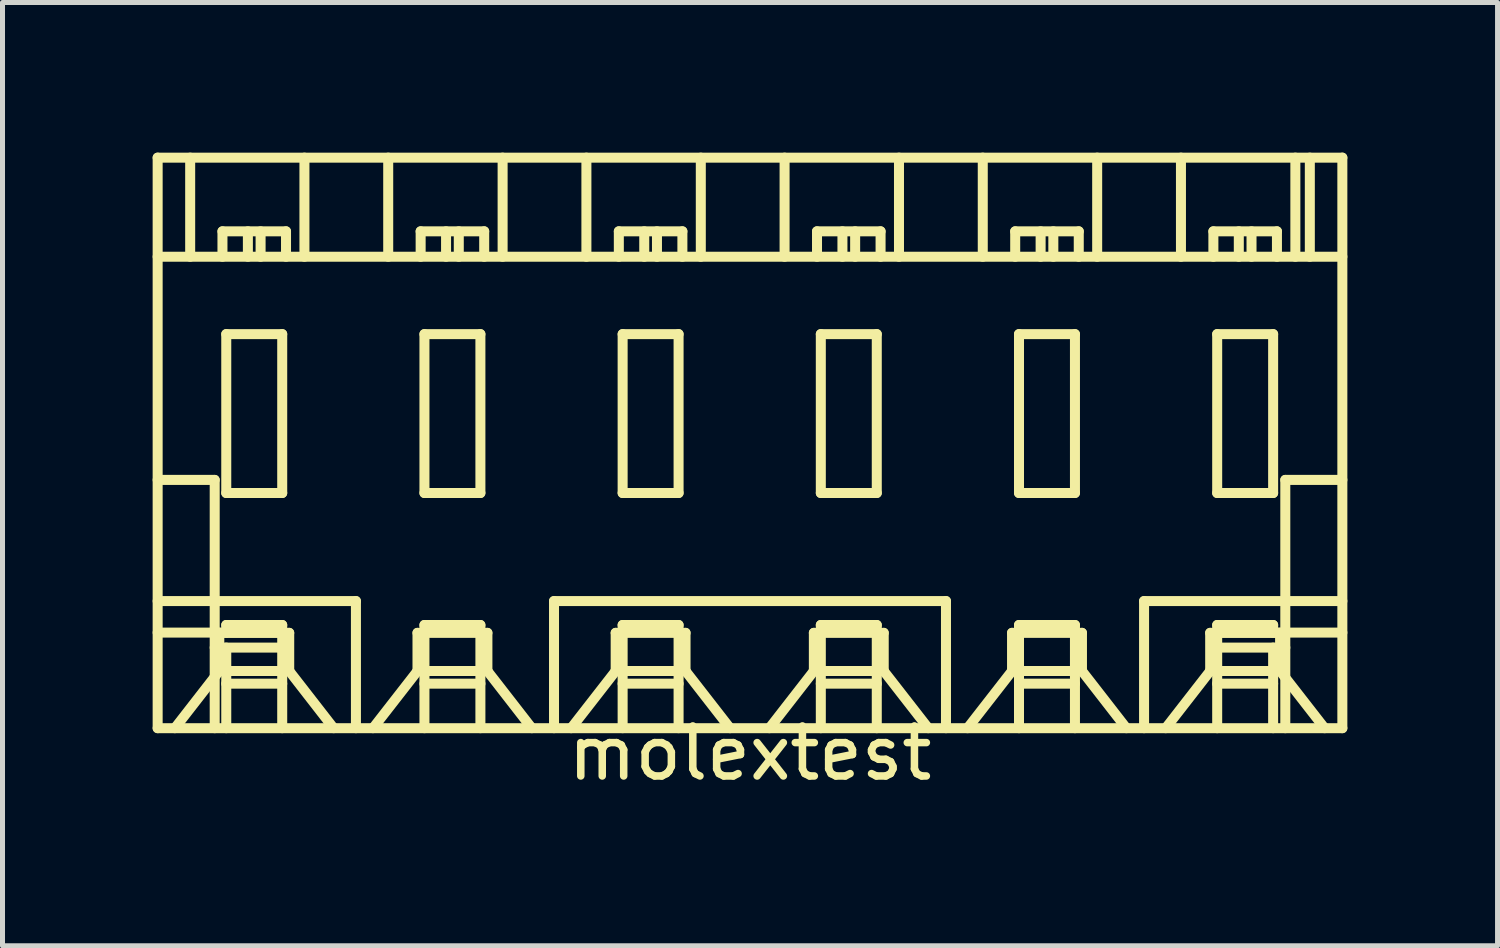
<source format=kicad_pcb>
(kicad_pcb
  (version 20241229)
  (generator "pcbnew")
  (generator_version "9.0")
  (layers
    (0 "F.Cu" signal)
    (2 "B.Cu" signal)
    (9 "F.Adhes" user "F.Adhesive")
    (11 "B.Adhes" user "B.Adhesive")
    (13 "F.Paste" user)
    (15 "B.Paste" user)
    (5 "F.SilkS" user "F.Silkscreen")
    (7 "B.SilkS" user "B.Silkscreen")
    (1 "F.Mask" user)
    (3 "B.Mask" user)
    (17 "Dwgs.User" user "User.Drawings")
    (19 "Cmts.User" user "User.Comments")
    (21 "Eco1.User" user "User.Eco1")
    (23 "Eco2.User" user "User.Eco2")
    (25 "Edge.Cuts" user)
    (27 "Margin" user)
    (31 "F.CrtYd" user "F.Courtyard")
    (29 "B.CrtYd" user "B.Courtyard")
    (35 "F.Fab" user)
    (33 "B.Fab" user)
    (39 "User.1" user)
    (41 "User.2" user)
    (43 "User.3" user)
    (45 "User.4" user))
  (footprint "molextest"
    (layer "F.Cu")
    (at 11.936 11.5)
    (property "Reference" "molextest" (at 0 0.5 0) (layer "F.SilkS") (effects (font (size 1 1) (thickness 0.15))))
    (attr through_hole)
    (fp_line (start -11.836 -11.4) (end 11.836 -11.4) (stroke (width 0.2) (type solid)) (layer "F.SilkS"))
    (fp_line (start -11.836 -9.42) (end 11.836 -9.42) (stroke (width 0.2) (type solid)) (layer "F.SilkS"))
    (fp_line (start -11.836 -4.961) (end -10.696 -4.961) (stroke (width 0.2) (type solid)) (layer "F.SilkS"))
    (fp_line (start -11.836 0) (end -11.836 -11.4) (stroke (width 0.2) (type solid)) (layer "F.SilkS"))
    (fp_line (start -11.186 -11.4) (end -11.186 -9.42) (stroke (width 0.2) (type solid)) (layer "F.SilkS"))
    (fp_line (start -10.696 -1.61) (end -9.347 -1.61) (stroke (width 0.2) (type solid)) (layer "F.SilkS"))
    (fp_line (start -10.696 0) (end -10.696 -4.961) (stroke (width 0.2) (type solid)) (layer "F.SilkS"))
    (fp_line (start -10.604 -1.905) (end -10.604 -1.143) (stroke (width 0.2) (type solid)) (layer "F.SilkS"))
    (fp_line (start -10.604 -1.143) (end -11.493 0) (stroke (width 0.2) (type solid)) (layer "F.SilkS"))
    (fp_line (start -10.541 -9.928) (end -10.541 -9.42) (stroke (width 0.2) (type solid)) (layer "F.SilkS"))
    (fp_line (start -10.541 -9.928) (end -9.271 -9.928) (stroke (width 0.2) (type solid)) (layer "F.SilkS"))
    (fp_line (start -10.465 -7.874) (end -9.347 -7.874) (stroke (width 0.2) (type solid)) (layer "F.SilkS"))
    (fp_line (start -10.465 -4.699) (end -10.465 -7.874) (stroke (width 0.2) (type solid)) (layer "F.SilkS"))
    (fp_line (start -10.465 -2.062) (end -10.465 -1.91) (stroke (width 0.2) (type solid)) (layer "F.SilkS"))
    (fp_line (start -10.465 -2.062) (end -9.347 -2.062) (stroke (width 0.2) (type solid)) (layer "F.SilkS"))
    (fp_line (start -10.465 -1.61) (end -10.465 0) (stroke (width 0.2) (type solid)) (layer "F.SilkS"))
    (fp_line (start -10.033 -9.42) (end -10.033 -9.928) (stroke (width 0.2) (type solid)) (layer "F.SilkS"))
    (fp_line (start -9.779 -9.42) (end -9.779 -9.928) (stroke (width 0.2) (type solid)) (layer "F.SilkS"))
    (fp_line (start -9.347 -7.874) (end -9.347 -4.699) (stroke (width 0.2) (type solid)) (layer "F.SilkS"))
    (fp_line (start -9.347 -4.699) (end -10.465 -4.699) (stroke (width 0.2) (type solid)) (layer "F.SilkS"))
    (fp_line (start -9.347 -2.062) (end -9.347 0) (stroke (width 0.2) (type solid)) (layer "F.SilkS"))
    (fp_line (start -9.347 -1.91) (end -11.836 -1.91) (stroke (width 0.2) (type solid)) (layer "F.SilkS"))
    (fp_line (start -9.347 -0.889) (end -10.465 -0.889) (stroke (width 0.2) (type solid)) (layer "F.SilkS"))
    (fp_line (start -9.271 -9.928) (end -9.271 -9.42) (stroke (width 0.2) (type solid)) (layer "F.SilkS"))
    (fp_line (start -9.207 -1.905) (end -10.604 -1.905) (stroke (width 0.2) (type solid)) (layer "F.SilkS"))
    (fp_line (start -9.207 -1.905) (end -9.207 -1.143) (stroke (width 0.2) (type solid)) (layer "F.SilkS"))
    (fp_line (start -9.207 -1.143) (end -10.604 -1.143) (stroke (width 0.2) (type solid)) (layer "F.SilkS"))
    (fp_line (start -9.207 -1.143) (end -8.319 0) (stroke (width 0.2) (type solid)) (layer "F.SilkS"))
    (fp_line (start -8.903 -11.4) (end -8.903 -9.42) (stroke (width 0.2) (type solid)) (layer "F.SilkS"))
    (fp_line (start -7.874 -2.54) (end -11.836 -2.54) (stroke (width 0.2) (type solid)) (layer "F.SilkS"))
    (fp_line (start -7.874 0) (end -7.874 -2.54) (stroke (width 0.2) (type solid)) (layer "F.SilkS"))
    (fp_line (start -7.229 -9.42) (end -7.229 -11.4) (stroke (width 0.2) (type solid)) (layer "F.SilkS"))
    (fp_line (start -6.644 -1.905) (end -6.644 -1.143) (stroke (width 0.2) (type solid)) (layer "F.SilkS"))
    (fp_line (start -6.644 -1.143) (end -7.534 0) (stroke (width 0.2) (type solid)) (layer "F.SilkS"))
    (fp_line (start -6.581 -9.928) (end -6.581 -9.42) (stroke (width 0.2) (type solid)) (layer "F.SilkS"))
    (fp_line (start -6.581 -9.928) (end -5.311 -9.928) (stroke (width 0.2) (type solid)) (layer "F.SilkS"))
    (fp_line (start -6.505 -7.874) (end -5.387 -7.874) (stroke (width 0.2) (type solid)) (layer "F.SilkS"))
    (fp_line (start -6.505 -4.699) (end -6.505 -7.874) (stroke (width 0.2) (type solid)) (layer "F.SilkS"))
    (fp_line (start -6.505 -2.062) (end -6.505 0) (stroke (width 0.2) (type solid)) (layer "F.SilkS"))
    (fp_line (start -6.505 -2.062) (end -5.387 -2.062) (stroke (width 0.2) (type solid)) (layer "F.SilkS"))
    (fp_line (start -6.073 -9.42) (end -6.073 -9.928) (stroke (width 0.2) (type solid)) (layer "F.SilkS"))
    (fp_line (start -5.819 -9.42) (end -5.819 -9.928) (stroke (width 0.2) (type solid)) (layer "F.SilkS"))
    (fp_line (start -5.387 -7.874) (end -5.387 -4.699) (stroke (width 0.2) (type solid)) (layer "F.SilkS"))
    (fp_line (start -5.387 -4.699) (end -6.505 -4.699) (stroke (width 0.2) (type solid)) (layer "F.SilkS"))
    (fp_line (start -5.387 -2.062) (end -5.387 0) (stroke (width 0.2) (type solid)) (layer "F.SilkS"))
    (fp_line (start -5.387 -0.889) (end -6.505 -0.889) (stroke (width 0.2) (type solid)) (layer "F.SilkS"))
    (fp_line (start -5.311 -9.928) (end -5.311 -9.42) (stroke (width 0.2) (type solid)) (layer "F.SilkS"))
    (fp_line (start -5.247 -1.905) (end -6.644 -1.905) (stroke (width 0.2) (type solid)) (layer "F.SilkS"))
    (fp_line (start -5.247 -1.905) (end -5.247 -1.143) (stroke (width 0.2) (type solid)) (layer "F.SilkS"))
    (fp_line (start -5.247 -1.143) (end -6.644 -1.143) (stroke (width 0.2) (type solid)) (layer "F.SilkS"))
    (fp_line (start -5.247 -1.143) (end -4.359 0) (stroke (width 0.2) (type solid)) (layer "F.SilkS"))
    (fp_line (start -4.943 -11.4) (end -4.943 -9.42) (stroke (width 0.2) (type solid)) (layer "F.SilkS"))
    (fp_line (start -3.916 -2.54) (end 3.916 -2.54) (stroke (width 0.2) (type solid)) (layer "F.SilkS"))
    (fp_line (start -3.916 0) (end -3.916 -2.54) (stroke (width 0.2) (type solid)) (layer "F.SilkS"))
    (fp_line (start -3.269 -9.42) (end -3.269 -11.4) (stroke (width 0.2) (type solid)) (layer "F.SilkS"))
    (fp_line (start -2.684 -1.905) (end -2.684 -1.143) (stroke (width 0.2) (type solid)) (layer "F.SilkS"))
    (fp_line (start -2.684 -1.143) (end -3.574 0) (stroke (width 0.2) (type solid)) (layer "F.SilkS"))
    (fp_line (start -2.621 -9.928) (end -2.621 -9.42) (stroke (width 0.2) (type solid)) (layer "F.SilkS"))
    (fp_line (start -2.621 -9.928) (end -1.351 -9.928) (stroke (width 0.2) (type solid)) (layer "F.SilkS"))
    (fp_line (start -2.545 -7.874) (end -1.427 -7.874) (stroke (width 0.2) (type solid)) (layer "F.SilkS"))
    (fp_line (start -2.545 -4.699) (end -2.545 -7.874) (stroke (width 0.2) (type solid)) (layer "F.SilkS"))
    (fp_line (start -2.545 -2.062) (end -2.545 0) (stroke (width 0.2) (type solid)) (layer "F.SilkS"))
    (fp_line (start -2.545 -2.062) (end -1.427 -2.062) (stroke (width 0.2) (type solid)) (layer "F.SilkS"))
    (fp_line (start -2.113 -9.42) (end -2.113 -9.928) (stroke (width 0.2) (type solid)) (layer "F.SilkS"))
    (fp_line (start -1.859 -9.42) (end -1.859 -9.928) (stroke (width 0.2) (type solid)) (layer "F.SilkS"))
    (fp_line (start -1.427 -7.874) (end -1.427 -4.699) (stroke (width 0.2) (type solid)) (layer "F.SilkS"))
    (fp_line (start -1.427 -4.699) (end -2.545 -4.699) (stroke (width 0.2) (type solid)) (layer "F.SilkS"))
    (fp_line (start -1.427 -2.062) (end -1.427 0) (stroke (width 0.2) (type solid)) (layer "F.SilkS"))
    (fp_line (start -1.427 -0.889) (end -2.545 -0.889) (stroke (width 0.2) (type solid)) (layer "F.SilkS"))
    (fp_line (start -1.351 -9.928) (end -1.351 -9.42) (stroke (width 0.2) (type solid)) (layer "F.SilkS"))
    (fp_line (start -1.288 -1.905) (end -2.684 -1.905) (stroke (width 0.2) (type solid)) (layer "F.SilkS"))
    (fp_line (start -1.288 -1.905) (end -1.288 -1.143) (stroke (width 0.2) (type solid)) (layer "F.SilkS"))
    (fp_line (start -1.288 -1.143) (end -2.684 -1.143) (stroke (width 0.2) (type solid)) (layer "F.SilkS"))
    (fp_line (start -1.288 -1.143) (end -0.399 0) (stroke (width 0.2) (type solid)) (layer "F.SilkS"))
    (fp_line (start -0.983 -11.4) (end -0.983 -9.42) (stroke (width 0.2) (type solid)) (layer "F.SilkS"))
    (fp_line (start 0.691 -9.42) (end 0.691 -11.4) (stroke (width 0.2) (type solid)) (layer "F.SilkS"))
    (fp_line (start 1.276 -1.905) (end 1.276 -1.143) (stroke (width 0.2) (type solid)) (layer "F.SilkS"))
    (fp_line (start 1.276 -1.143) (end 0.387 0) (stroke (width 0.2) (type solid)) (layer "F.SilkS"))
    (fp_line (start 1.339 -9.928) (end 1.339 -9.42) (stroke (width 0.2) (type solid)) (layer "F.SilkS"))
    (fp_line (start 1.339 -9.928) (end 2.609 -9.928) (stroke (width 0.2) (type solid)) (layer "F.SilkS"))
    (fp_line (start 1.415 -7.874) (end 2.533 -7.874) (stroke (width 0.2) (type solid)) (layer "F.SilkS"))
    (fp_line (start 1.415 -4.699) (end 1.415 -7.874) (stroke (width 0.2) (type solid)) (layer "F.SilkS"))
    (fp_line (start 1.415 -2.062) (end 1.415 0) (stroke (width 0.2) (type solid)) (layer "F.SilkS"))
    (fp_line (start 1.415 -2.062) (end 2.533 -2.062) (stroke (width 0.2) (type solid)) (layer "F.SilkS"))
    (fp_line (start 1.847 -9.42) (end 1.847 -9.928) (stroke (width 0.2) (type solid)) (layer "F.SilkS"))
    (fp_line (start 2.101 -9.42) (end 2.101 -9.928) (stroke (width 0.2) (type solid)) (layer "F.SilkS"))
    (fp_line (start 2.533 -7.874) (end 2.533 -4.699) (stroke (width 0.2) (type solid)) (layer "F.SilkS"))
    (fp_line (start 2.533 -4.699) (end 1.415 -4.699) (stroke (width 0.2) (type solid)) (layer "F.SilkS"))
    (fp_line (start 2.533 -2.062) (end 2.533 0) (stroke (width 0.2) (type solid)) (layer "F.SilkS"))
    (fp_line (start 2.533 -0.889) (end 1.415 -0.889) (stroke (width 0.2) (type solid)) (layer "F.SilkS"))
    (fp_line (start 2.609 -9.928) (end 2.609 -9.42) (stroke (width 0.2) (type solid)) (layer "F.SilkS"))
    (fp_line (start 2.672 -1.905) (end 1.276 -1.905) (stroke (width 0.2) (type solid)) (layer "F.SilkS"))
    (fp_line (start 2.672 -1.905) (end 2.672 -1.143) (stroke (width 0.2) (type solid)) (layer "F.SilkS"))
    (fp_line (start 2.672 -1.143) (end 1.276 -1.143) (stroke (width 0.2) (type solid)) (layer "F.SilkS"))
    (fp_line (start 2.672 -1.143) (end 3.562 0) (stroke (width 0.2) (type solid)) (layer "F.SilkS"))
    (fp_line (start 2.977 -11.4) (end 2.977 -9.42) (stroke (width 0.2) (type solid)) (layer "F.SilkS"))
    (fp_line (start 3.916 -2.54) (end 3.916 0) (stroke (width 0.2) (type solid)) (layer "F.SilkS"))
    (fp_line (start 4.651 -9.42) (end 4.651 -11.4) (stroke (width 0.2) (type solid)) (layer "F.SilkS"))
    (fp_line (start 5.236 -1.905) (end 5.236 -1.143) (stroke (width 0.2) (type solid)) (layer "F.SilkS"))
    (fp_line (start 5.236 -1.143) (end 4.346 0) (stroke (width 0.2) (type solid)) (layer "F.SilkS"))
    (fp_line (start 5.299 -9.928) (end 5.299 -9.42) (stroke (width 0.2) (type solid)) (layer "F.SilkS"))
    (fp_line (start 5.299 -9.928) (end 6.569 -9.928) (stroke (width 0.2) (type solid)) (layer "F.SilkS"))
    (fp_line (start 5.375 -7.874) (end 6.493 -7.874) (stroke (width 0.2) (type solid)) (layer "F.SilkS"))
    (fp_line (start 5.375 -4.699) (end 5.375 -7.874) (stroke (width 0.2) (type solid)) (layer "F.SilkS"))
    (fp_line (start 5.375 -2.062) (end 5.375 0) (stroke (width 0.2) (type solid)) (layer "F.SilkS"))
    (fp_line (start 5.375 -2.062) (end 6.493 -2.062) (stroke (width 0.2) (type solid)) (layer "F.SilkS"))
    (fp_line (start 5.807 -9.42) (end 5.807 -9.928) (stroke (width 0.2) (type solid)) (layer "F.SilkS"))
    (fp_line (start 6.061 -9.42) (end 6.061 -9.928) (stroke (width 0.2) (type solid)) (layer "F.SilkS"))
    (fp_line (start 6.493 -7.874) (end 6.493 -4.699) (stroke (width 0.2) (type solid)) (layer "F.SilkS"))
    (fp_line (start 6.493 -4.699) (end 5.375 -4.699) (stroke (width 0.2) (type solid)) (layer "F.SilkS"))
    (fp_line (start 6.493 -2.062) (end 6.493 0) (stroke (width 0.2) (type solid)) (layer "F.SilkS"))
    (fp_line (start 6.493 -0.889) (end 5.375 -0.889) (stroke (width 0.2) (type solid)) (layer "F.SilkS"))
    (fp_line (start 6.569 -9.928) (end 6.569 -9.42) (stroke (width 0.2) (type solid)) (layer "F.SilkS"))
    (fp_line (start 6.633 -1.905) (end 5.236 -1.905) (stroke (width 0.2) (type solid)) (layer "F.SilkS"))
    (fp_line (start 6.633 -1.905) (end 6.633 -1.143) (stroke (width 0.2) (type solid)) (layer "F.SilkS"))
    (fp_line (start 6.633 -1.143) (end 5.236 -1.143) (stroke (width 0.2) (type solid)) (layer "F.SilkS"))
    (fp_line (start 6.633 -1.143) (end 7.521 0) (stroke (width 0.2) (type solid)) (layer "F.SilkS"))
    (fp_line (start 6.937 -11.4) (end 6.937 -9.42) (stroke (width 0.2) (type solid)) (layer "F.SilkS"))
    (fp_line (start 7.874 -2.54) (end 7.874 0) (stroke (width 0.2) (type solid)) (layer "F.SilkS"))
    (fp_line (start 7.874 -2.54) (end 11.836 -2.54) (stroke (width 0.2) (type solid)) (layer "F.SilkS"))
    (fp_line (start 8.611 -9.42) (end 8.611 -11.4) (stroke (width 0.2) (type solid)) (layer "F.SilkS"))
    (fp_line (start 9.195 -1.905) (end 9.195 -1.143) (stroke (width 0.2) (type solid)) (layer "F.SilkS"))
    (fp_line (start 9.195 -1.143) (end 8.306 0) (stroke (width 0.2) (type solid)) (layer "F.SilkS"))
    (fp_line (start 9.259 -9.928) (end 9.259 -9.42) (stroke (width 0.2) (type solid)) (layer "F.SilkS"))
    (fp_line (start 9.259 -9.928) (end 10.529 -9.928) (stroke (width 0.2) (type solid)) (layer "F.SilkS"))
    (fp_line (start 9.335 -7.874) (end 10.453 -7.874) (stroke (width 0.2) (type solid)) (layer "F.SilkS"))
    (fp_line (start 9.335 -4.699) (end 9.335 -7.874) (stroke (width 0.2) (type solid)) (layer "F.SilkS"))
    (fp_line (start 9.335 -2.062) (end 9.335 0) (stroke (width 0.2) (type solid)) (layer "F.SilkS"))
    (fp_line (start 9.335 -2.062) (end 10.453 -2.062) (stroke (width 0.2) (type solid)) (layer "F.SilkS"))
    (fp_line (start 9.335 -1.61) (end 10.696 -1.61) (stroke (width 0.2) (type solid)) (layer "F.SilkS"))
    (fp_line (start 9.767 -9.42) (end 9.767 -9.928) (stroke (width 0.2) (type solid)) (layer "F.SilkS"))
    (fp_line (start 10.021 -9.42) (end 10.021 -9.928) (stroke (width 0.2) (type solid)) (layer "F.SilkS"))
    (fp_line (start 10.453 -7.874) (end 10.453 -4.699) (stroke (width 0.2) (type solid)) (layer "F.SilkS"))
    (fp_line (start 10.453 -4.699) (end 9.335 -4.699) (stroke (width 0.2) (type solid)) (layer "F.SilkS"))
    (fp_line (start 10.453 -2.062) (end 10.453 -1.91) (stroke (width 0.2) (type solid)) (layer "F.SilkS"))
    (fp_line (start 10.453 -1.61) (end 10.453 0) (stroke (width 0.2) (type solid)) (layer "F.SilkS"))
    (fp_line (start 10.453 -0.889) (end 9.335 -0.889) (stroke (width 0.2) (type solid)) (layer "F.SilkS"))
    (fp_line (start 10.529 -9.928) (end 10.529 -9.42) (stroke (width 0.2) (type solid)) (layer "F.SilkS"))
    (fp_line (start 10.592 -1.905) (end 9.195 -1.905) (stroke (width 0.2) (type solid)) (layer "F.SilkS"))
    (fp_line (start 10.592 -1.905) (end 10.592 -1.143) (stroke (width 0.2) (type solid)) (layer "F.SilkS"))
    (fp_line (start 10.592 -1.143) (end 9.195 -1.143) (stroke (width 0.2) (type solid)) (layer "F.SilkS"))
    (fp_line (start 10.592 -1.143) (end 11.482 0) (stroke (width 0.2) (type solid)) (layer "F.SilkS"))
    (fp_line (start 10.696 -4.961) (end 11.836 -4.961) (stroke (width 0.2) (type solid)) (layer "F.SilkS"))
    (fp_line (start 10.696 0) (end 10.696 -4.961) (stroke (width 0.2) (type solid)) (layer "F.SilkS"))
    (fp_line (start 10.897 -11.4) (end 10.897 -9.42) (stroke (width 0.2) (type solid)) (layer "F.SilkS"))
    (fp_line (start 11.186 -11.4) (end 11.186 -9.42) (stroke (width 0.2) (type solid)) (layer "F.SilkS"))
    (fp_line (start 11.836 -11.4) (end 11.836 0) (stroke (width 0.2) (type solid)) (layer "F.SilkS"))
    (fp_line (start 11.836 -1.91) (end 9.335 -1.91) (stroke (width 0.2) (type solid)) (layer "F.SilkS"))
    (fp_line (start 11.836 0) (end -11.836 0) (stroke (width 0.2) (type solid)) (layer "F.SilkS")))
  (gr_rect
    (start -3 -3)
    (end 26.873 15.848)
    (stroke (width 0.1) (type default))
    (fill no)
    (layer "Edge.Cuts")))
</source>
